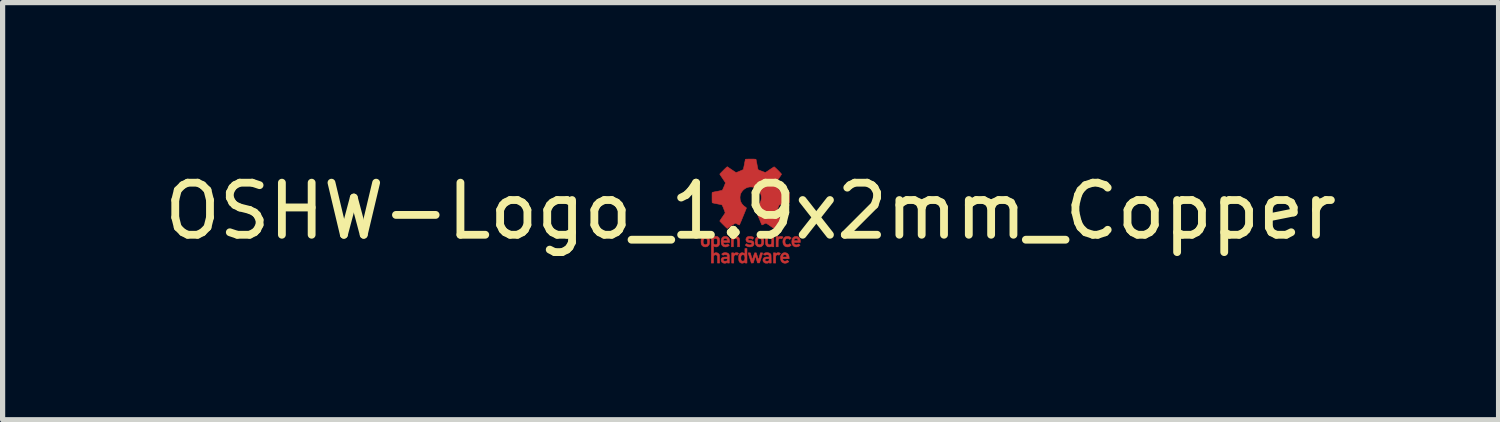
<source format=kicad_pcb>
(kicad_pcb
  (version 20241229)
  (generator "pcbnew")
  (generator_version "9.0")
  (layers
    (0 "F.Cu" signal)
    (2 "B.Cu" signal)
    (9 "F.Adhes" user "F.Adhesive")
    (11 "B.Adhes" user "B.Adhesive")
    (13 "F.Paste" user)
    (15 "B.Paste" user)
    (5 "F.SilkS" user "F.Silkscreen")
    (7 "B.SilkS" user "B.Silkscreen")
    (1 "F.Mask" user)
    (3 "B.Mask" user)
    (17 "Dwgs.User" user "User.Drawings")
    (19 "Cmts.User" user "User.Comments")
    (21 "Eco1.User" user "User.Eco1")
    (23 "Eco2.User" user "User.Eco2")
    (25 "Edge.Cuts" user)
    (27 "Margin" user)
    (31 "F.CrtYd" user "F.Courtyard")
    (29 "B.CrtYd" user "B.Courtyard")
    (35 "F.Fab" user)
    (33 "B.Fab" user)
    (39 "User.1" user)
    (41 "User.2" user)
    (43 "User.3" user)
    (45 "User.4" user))
  (footprint "OSHW-Logo_1.9x2mm_Copper"
    (layer "F.Cu")
    (at 11.363 1.003)
    (property "Reference" "OSHW-Logo_1.9x2mm_Copper" (at 0 0 0) (layer "F.SilkS") (effects (font (size 1 1) (thickness 0.15))))
    (attr exclude_from_pos_files exclude_from_bom)
    (fp_poly (pts (xy 0.53 0.509) (xy 0.538 0.502) (xy 0.551 0.492) (xy 0.565 0.488) (xy 0.58 0.486) (xy 0.592 0.487) (xy 0.604 0.49) (xy 0.615 0.494) (xy 0.622 0.498) (xy 0.624 0.501) (xy 0.622 0.504) (xy 0.616 0.511) (xy 0.61 0.519) (xy 0.601 0.528) (xy 0.596 0.532) (xy 0.591 0.532) (xy 0.586 0.53) (xy 0.57 0.526) (xy 0.555 0.529) (xy 0.542 0.537) (xy 0.536 0.546) (xy 0.533 0.553) (xy 0.532 0.561) (xy 0.531 0.574) (xy 0.53 0.591) (xy 0.53 0.614) (xy 0.53 0.622) (xy 0.53 0.686) (xy 0.49 0.686) (xy 0.49 0.486) (xy 0.53 0.486) (xy 0.53 0.509)) (stroke (width 0.01) (type solid)) (fill yes) (layer "F.Cu"))
    (fp_poly (pts (xy -0.259 0.8) (xy -0.247 0.803) (xy -0.237 0.808) (xy -0.231 0.812) (xy -0.232 0.816) (xy -0.237 0.824) (xy -0.243 0.832) (xy -0.258 0.849) (xy -0.269 0.843) (xy -0.284 0.84) (xy -0.298 0.842) (xy -0.311 0.851) (xy -0.314 0.854) (xy -0.316 0.858) (xy -0.318 0.863) (xy -0.32 0.87) (xy -0.321 0.88) (xy -0.322 0.894) (xy -0.322 0.913) (xy -0.322 0.931) (xy -0.323 0.998) (xy -0.363 0.998) (xy -0.363 0.802) (xy -0.343 0.802) (xy -0.332 0.802) (xy -0.326 0.804) (xy -0.323 0.807) (xy -0.323 0.812) (xy -0.323 0.818) (xy -0.32 0.819) (xy -0.317 0.816) (xy -0.304 0.807) (xy -0.288 0.801) (xy -0.272 0.799) (xy -0.27 0.799) (xy -0.259 0.8)) (stroke (width 0.01) (type solid)) (fill yes) (layer "F.Cu"))
    (fp_poly (pts (xy 0.543 0.8) (xy 0.556 0.803) (xy 0.566 0.808) (xy 0.571 0.812) (xy 0.57 0.817) (xy 0.565 0.825) (xy 0.56 0.832) (xy 0.552 0.841) (xy 0.546 0.845) (xy 0.542 0.846) (xy 0.537 0.844) (xy 0.527 0.84) (xy 0.52 0.839) (xy 0.508 0.841) (xy 0.497 0.847) (xy 0.488 0.854) (xy 0.486 0.856) (xy 0.485 0.862) (xy 0.484 0.875) (xy 0.483 0.892) (xy 0.483 0.913) (xy 0.483 0.931) (xy 0.483 0.998) (xy 0.439 0.998) (xy 0.439 0.802) (xy 0.461 0.802) (xy 0.473 0.802) (xy 0.48 0.804) (xy 0.482 0.806) (xy 0.483 0.809) (xy 0.483 0.813) (xy 0.485 0.814) (xy 0.491 0.812) (xy 0.5 0.807) (xy 0.513 0.802) (xy 0.527 0.799) (xy 0.531 0.799) (xy 0.543 0.8)) (stroke (width 0.01) (type solid)) (fill yes) (layer "F.Cu"))
    (fp_poly (pts (xy -0.33 0.509) (xy -0.322 0.502) (xy -0.309 0.492) (xy -0.296 0.488) (xy -0.28 0.486) (xy -0.257 0.489) (xy -0.24 0.497) (xy -0.226 0.51) (xy -0.217 0.524) (xy -0.215 0.53) (xy -0.213 0.537) (xy -0.212 0.546) (xy -0.211 0.559) (xy -0.211 0.575) (xy -0.211 0.597) (xy -0.211 0.612) (xy -0.211 0.686) (xy -0.25 0.686) (xy -0.25 0.624) (xy -0.251 0.597) (xy -0.252 0.577) (xy -0.253 0.561) (xy -0.256 0.55) (xy -0.26 0.541) (xy -0.265 0.535) (xy -0.269 0.532) (xy -0.281 0.527) (xy -0.296 0.527) (xy -0.309 0.531) (xy -0.312 0.532) (xy -0.318 0.538) (xy -0.323 0.545) (xy -0.326 0.554) (xy -0.328 0.567) (xy -0.33 0.585) (xy -0.33 0.608) (xy -0.33 0.624) (xy -0.33 0.686) (xy -0.37 0.686) (xy -0.37 0.486) (xy -0.33 0.486) (xy -0.33 0.509)) (stroke (width 0.01) (type solid)) (fill yes) (layer "F.Cu"))
    (fp_poly (pts (xy 0.327 0.546) (xy 0.327 0.572) (xy 0.327 0.592) (xy 0.328 0.607) (xy 0.33 0.618) (xy 0.332 0.625) (xy 0.336 0.631) (xy 0.34 0.637) (xy 0.34 0.637) (xy 0.351 0.644) (xy 0.365 0.647) (xy 0.379 0.645) (xy 0.391 0.64) (xy 0.392 0.639) (xy 0.397 0.633) (xy 0.401 0.626) (xy 0.403 0.618) (xy 0.405 0.606) (xy 0.406 0.59) (xy 0.406 0.568) (xy 0.407 0.55) (xy 0.407 0.486) (xy 0.446 0.486) (xy 0.446 0.686) (xy 0.426 0.686) (xy 0.415 0.686) (xy 0.409 0.685) (xy 0.407 0.681) (xy 0.407 0.677) (xy 0.407 0.668) (xy 0.393 0.677) (xy 0.374 0.686) (xy 0.354 0.688) (xy 0.334 0.685) (xy 0.328 0.683) (xy 0.31 0.671) (xy 0.297 0.655) (xy 0.292 0.645) (xy 0.29 0.639) (xy 0.289 0.63) (xy 0.288 0.618) (xy 0.287 0.601) (xy 0.287 0.579) (xy 0.287 0.559) (xy 0.287 0.486) (xy 0.327 0.486) (xy 0.327 0.546)) (stroke (width 0.01) (type solid)) (fill yes) (layer "F.Cu"))
    (fp_poly (pts (xy 0.724 0.487) (xy 0.74 0.491) (xy 0.742 0.492) (xy 0.752 0.497) (xy 0.763 0.503) (xy 0.772 0.51) (xy 0.779 0.516) (xy 0.78 0.519) (xy 0.778 0.523) (xy 0.771 0.529) (xy 0.766 0.533) (xy 0.752 0.545) (xy 0.738 0.535) (xy 0.728 0.529) (xy 0.718 0.527) (xy 0.706 0.527) (xy 0.705 0.527) (xy 0.688 0.531) (xy 0.676 0.538) (xy 0.667 0.552) (xy 0.666 0.554) (xy 0.662 0.569) (xy 0.661 0.588) (xy 0.663 0.607) (xy 0.666 0.621) (xy 0.675 0.634) (xy 0.687 0.642) (xy 0.704 0.646) (xy 0.711 0.646) (xy 0.724 0.645) (xy 0.734 0.641) (xy 0.74 0.636) (xy 0.752 0.627) (xy 0.765 0.639) (xy 0.773 0.647) (xy 0.779 0.652) (xy 0.78 0.653) (xy 0.779 0.656) (xy 0.773 0.662) (xy 0.768 0.666) (xy 0.747 0.68) (xy 0.724 0.687) (xy 0.699 0.688) (xy 0.683 0.685) (xy 0.66 0.676) (xy 0.643 0.66) (xy 0.63 0.64) (xy 0.622 0.615) (xy 0.62 0.586) (xy 0.623 0.556) (xy 0.631 0.532) (xy 0.644 0.512) (xy 0.662 0.497) (xy 0.67 0.493) (xy 0.685 0.489) (xy 0.704 0.487) (xy 0.724 0.487)) (stroke (width 0.01) (type solid)) (fill yes) (layer "F.Cu"))
    (fp_poly (pts (xy -0.844 0.49) (xy -0.824 0.498) (xy -0.807 0.512) (xy -0.795 0.531) (xy -0.791 0.542) (xy -0.789 0.554) (xy -0.788 0.571) (xy -0.788 0.59) (xy -0.789 0.609) (xy -0.791 0.626) (xy -0.794 0.639) (xy -0.796 0.644) (xy -0.806 0.659) (xy -0.819 0.672) (xy -0.832 0.681) (xy -0.846 0.686) (xy -0.865 0.688) (xy -0.883 0.687) (xy -0.896 0.684) (xy -0.913 0.676) (xy -0.929 0.663) (xy -0.941 0.647) (xy -0.943 0.644) (xy -0.946 0.634) (xy -0.949 0.619) (xy -0.95 0.6) (xy -0.95 0.597) (xy -0.911 0.597) (xy -0.907 0.618) (xy -0.899 0.633) (xy -0.887 0.642) (xy -0.871 0.646) (xy -0.87 0.646) (xy -0.857 0.645) (xy -0.847 0.64) (xy -0.841 0.635) (xy -0.829 0.625) (xy -0.829 0.589) (xy -0.83 0.571) (xy -0.83 0.559) (xy -0.832 0.551) (xy -0.835 0.545) (xy -0.837 0.542) (xy -0.849 0.532) (xy -0.864 0.527) (xy -0.881 0.528) (xy -0.894 0.535) (xy -0.904 0.547) (xy -0.909 0.564) (xy -0.91 0.571) (xy -0.911 0.597) (xy -0.95 0.597) (xy -0.951 0.581) (xy -0.95 0.563) (xy -0.948 0.548) (xy -0.948 0.545) (xy -0.939 0.523) (xy -0.925 0.506) (xy -0.906 0.494) (xy -0.883 0.488) (xy -0.868 0.486) (xy -0.844 0.49)) (stroke (width 0.01) (type solid)) (fill yes) (layer "F.Cu"))
    (fp_poly (pts (xy -0.069 0.998) (xy -0.089 0.998) (xy -0.1 0.998) (xy -0.106 0.997) (xy -0.109 0.994) (xy -0.109 0.989) (xy -0.109 0.982) (xy -0.112 0.982) (xy -0.115 0.984) (xy -0.134 0.996) (xy -0.154 1.001) (xy -0.176 1) (xy -0.191 0.994) (xy -0.208 0.983) (xy -0.219 0.968) (xy -0.225 0.951) (xy -0.227 0.936) (xy -0.228 0.917) (xy -0.228 0.895) (xy -0.228 0.894) (xy -0.187 0.894) (xy -0.187 0.912) (xy -0.185 0.929) (xy -0.181 0.943) (xy -0.177 0.95) (xy -0.167 0.958) (xy -0.153 0.961) (xy -0.138 0.959) (xy -0.126 0.954) (xy -0.121 0.949) (xy -0.115 0.938) (xy -0.111 0.921) (xy -0.109 0.902) (xy -0.11 0.883) (xy -0.114 0.865) (xy -0.12 0.852) (xy -0.122 0.85) (xy -0.128 0.844) (xy -0.136 0.841) (xy -0.147 0.84) (xy -0.148 0.84) (xy -0.163 0.842) (xy -0.173 0.847) (xy -0.18 0.857) (xy -0.185 0.872) (xy -0.186 0.878) (xy -0.187 0.894) (xy -0.228 0.894) (xy -0.228 0.874) (xy -0.226 0.857) (xy -0.225 0.85) (xy -0.217 0.83) (xy -0.205 0.815) (xy -0.189 0.805) (xy -0.17 0.8) (xy -0.15 0.8) (xy -0.131 0.807) (xy -0.123 0.811) (xy -0.109 0.82) (xy -0.109 0.719) (xy -0.069 0.719) (xy -0.069 0.998)) (stroke (width 0.01) (type solid)) (fill yes) (layer "F.Cu"))
    (fp_poly (pts (xy -0.457 0.49) (xy -0.44 0.498) (xy -0.424 0.512) (xy -0.412 0.53) (xy -0.406 0.553) (xy -0.404 0.572) (xy -0.402 0.603) (xy -0.464 0.603) (xy -0.487 0.603) (xy -0.503 0.603) (xy -0.514 0.603) (xy -0.521 0.604) (xy -0.525 0.605) (xy -0.526 0.607) (xy -0.526 0.61) (xy -0.523 0.623) (xy -0.515 0.636) (xy -0.504 0.645) (xy -0.504 0.645) (xy -0.489 0.649) (xy -0.472 0.648) (xy -0.455 0.644) (xy -0.447 0.639) (xy -0.436 0.631) (xy -0.422 0.644) (xy -0.408 0.657) (xy -0.42 0.668) (xy -0.437 0.679) (xy -0.458 0.686) (xy -0.481 0.689) (xy -0.503 0.686) (xy -0.525 0.678) (xy -0.542 0.666) (xy -0.554 0.648) (xy -0.562 0.626) (xy -0.565 0.597) (xy -0.566 0.596) (xy -0.565 0.564) (xy -0.564 0.562) (xy -0.526 0.562) (xy -0.526 0.566) (xy -0.524 0.568) (xy -0.519 0.569) (xy -0.509 0.57) (xy -0.495 0.57) (xy -0.486 0.57) (xy -0.446 0.57) (xy -0.446 0.559) (xy -0.45 0.547) (xy -0.458 0.535) (xy -0.469 0.527) (xy -0.477 0.524) (xy -0.492 0.525) (xy -0.507 0.53) (xy -0.518 0.54) (xy -0.525 0.554) (xy -0.526 0.562) (xy -0.564 0.562) (xy -0.56 0.538) (xy -0.549 0.517) (xy -0.535 0.501) (xy -0.52 0.493) (xy -0.5 0.487) (xy -0.478 0.487) (xy -0.457 0.49)) (stroke (width 0.01) (type solid)) (fill yes) (layer "F.Cu"))
    (fp_poly (pts (xy 0.176 0.487) (xy 0.192 0.488) (xy 0.203 0.491) (xy 0.212 0.495) (xy 0.218 0.499) (xy 0.233 0.512) (xy 0.244 0.528) (xy 0.25 0.547) (xy 0.253 0.572) (xy 0.253 0.573) (xy 0.254 0.593) (xy 0.252 0.612) (xy 0.251 0.626) (xy 0.243 0.647) (xy 0.229 0.665) (xy 0.212 0.678) (xy 0.191 0.687) (xy 0.169 0.689) (xy 0.148 0.686) (xy 0.126 0.676) (xy 0.109 0.66) (xy 0.097 0.64) (xy 0.095 0.636) (xy 0.093 0.624) (xy 0.091 0.607) (xy 0.091 0.588) (xy 0.091 0.577) (xy 0.131 0.577) (xy 0.131 0.602) (xy 0.134 0.62) (xy 0.14 0.633) (xy 0.15 0.641) (xy 0.164 0.645) (xy 0.174 0.646) (xy 0.186 0.645) (xy 0.195 0.64) (xy 0.199 0.636) (xy 0.206 0.627) (xy 0.21 0.615) (xy 0.212 0.605) (xy 0.213 0.58) (xy 0.211 0.559) (xy 0.204 0.543) (xy 0.193 0.532) (xy 0.192 0.531) (xy 0.175 0.526) (xy 0.159 0.528) (xy 0.144 0.537) (xy 0.139 0.543) (xy 0.135 0.548) (xy 0.133 0.555) (xy 0.132 0.567) (xy 0.131 0.577) (xy 0.091 0.577) (xy 0.091 0.569) (xy 0.093 0.552) (xy 0.095 0.538) (xy 0.096 0.534) (xy 0.108 0.515) (xy 0.126 0.499) (xy 0.136 0.493) (xy 0.146 0.489) (xy 0.156 0.487) (xy 0.171 0.487) (xy 0.176 0.487)) (stroke (width 0.01) (type solid)) (fill yes) (layer "F.Cu"))
    (fp_poly (pts (xy 0.888 0.487) (xy 0.907 0.492) (xy 0.923 0.502) (xy 0.931 0.51) (xy 0.943 0.524) (xy 0.95 0.541) (xy 0.954 0.561) (xy 0.955 0.578) (xy 0.955 0.603) (xy 0.893 0.603) (xy 0.869 0.603) (xy 0.852 0.603) (xy 0.841 0.604) (xy 0.834 0.606) (xy 0.831 0.609) (xy 0.832 0.614) (xy 0.835 0.621) (xy 0.837 0.626) (xy 0.846 0.638) (xy 0.86 0.646) (xy 0.876 0.649) (xy 0.893 0.648) (xy 0.909 0.641) (xy 0.911 0.639) (xy 0.922 0.631) (xy 0.951 0.655) (xy 0.943 0.664) (xy 0.928 0.675) (xy 0.909 0.683) (xy 0.887 0.688) (xy 0.866 0.688) (xy 0.855 0.686) (xy 0.832 0.677) (xy 0.815 0.663) (xy 0.802 0.644) (xy 0.794 0.62) (xy 0.792 0.591) (xy 0.792 0.577) (xy 0.794 0.562) (xy 0.831 0.562) (xy 0.833 0.566) (xy 0.839 0.569) (xy 0.851 0.57) (xy 0.869 0.57) (xy 0.873 0.57) (xy 0.891 0.57) (xy 0.905 0.569) (xy 0.913 0.567) (xy 0.915 0.566) (xy 0.913 0.561) (xy 0.91 0.552) (xy 0.909 0.548) (xy 0.901 0.536) (xy 0.889 0.527) (xy 0.875 0.523) (xy 0.873 0.523) (xy 0.859 0.526) (xy 0.846 0.534) (xy 0.837 0.545) (xy 0.833 0.555) (xy 0.831 0.562) (xy 0.794 0.562) (xy 0.796 0.549) (xy 0.804 0.525) (xy 0.817 0.507) (xy 0.835 0.495) (xy 0.857 0.488) (xy 0.866 0.487) (xy 0.888 0.487)) (stroke (width 0.01) (type solid)) (fill yes) (layer "F.Cu"))
    (fp_poly (pts (xy 0.68 0.802) (xy 0.682 0.802) (xy 0.702 0.811) (xy 0.719 0.826) (xy 0.731 0.846) (xy 0.738 0.871) (xy 0.74 0.886) (xy 0.741 0.915) (xy 0.617 0.915) (xy 0.617 0.926) (xy 0.62 0.937) (xy 0.628 0.948) (xy 0.629 0.95) (xy 0.638 0.957) (xy 0.645 0.961) (xy 0.655 0.962) (xy 0.662 0.962) (xy 0.677 0.961) (xy 0.689 0.956) (xy 0.694 0.953) (xy 0.706 0.945) (xy 0.735 0.969) (xy 0.728 0.977) (xy 0.714 0.987) (xy 0.696 0.996) (xy 0.676 1.001) (xy 0.662 1.002) (xy 0.645 1.001) (xy 0.631 0.996) (xy 0.62 0.992) (xy 0.602 0.979) (xy 0.588 0.961) (xy 0.58 0.939) (xy 0.577 0.924) (xy 0.575 0.895) (xy 0.577 0.875) (xy 0.617 0.875) (xy 0.617 0.878) (xy 0.62 0.88) (xy 0.625 0.881) (xy 0.634 0.882) (xy 0.649 0.882) (xy 0.657 0.882) (xy 0.674 0.882) (xy 0.686 0.882) (xy 0.693 0.881) (xy 0.696 0.879) (xy 0.697 0.876) (xy 0.697 0.875) (xy 0.695 0.864) (xy 0.689 0.852) (xy 0.681 0.844) (xy 0.679 0.842) (xy 0.671 0.84) (xy 0.66 0.838) (xy 0.657 0.838) (xy 0.646 0.839) (xy 0.636 0.842) (xy 0.635 0.842) (xy 0.627 0.849) (xy 0.621 0.86) (xy 0.617 0.872) (xy 0.617 0.875) (xy 0.577 0.875) (xy 0.578 0.868) (xy 0.586 0.845) (xy 0.598 0.826) (xy 0.615 0.811) (xy 0.634 0.802) (xy 0.656 0.799) (xy 0.68 0.802)) (stroke (width 0.01) (type solid)) (fill yes) (layer "F.Cu"))
    (fp_poly (pts (xy 0.129 0.867) (xy 0.136 0.888) (xy 0.142 0.906) (xy 0.147 0.92) (xy 0.151 0.929) (xy 0.153 0.933) (xy 0.153 0.933) (xy 0.154 0.929) (xy 0.157 0.92) (xy 0.162 0.906) (xy 0.167 0.888) (xy 0.172 0.868) (xy 0.172 0.867) (xy 0.19 0.802) (xy 0.211 0.802) (xy 0.222 0.803) (xy 0.23 0.804) (xy 0.232 0.805) (xy 0.231 0.809) (xy 0.228 0.819) (xy 0.223 0.834) (xy 0.217 0.853) (xy 0.21 0.876) (xy 0.202 0.901) (xy 0.202 0.902) (xy 0.172 0.996) (xy 0.133 0.996) (xy 0.114 0.931) (xy 0.108 0.911) (xy 0.102 0.893) (xy 0.098 0.878) (xy 0.095 0.869) (xy 0.093 0.865) (xy 0.093 0.865) (xy 0.092 0.868) (xy 0.089 0.877) (xy 0.084 0.891) (xy 0.079 0.908) (xy 0.073 0.929) (xy 0.072 0.93) (xy 0.053 0.996) (xy 0.034 0.997) (xy 0.015 0.999) (xy -0.011 0.918) (xy -0.018 0.894) (xy -0.026 0.871) (xy -0.032 0.851) (xy -0.037 0.835) (xy -0.041 0.824) (xy -0.042 0.821) (xy -0.045 0.811) (xy -0.047 0.804) (xy -0.047 0.803) (xy -0.044 0.803) (xy -0.035 0.802) (xy -0.025 0.802) (xy -0.014 0.802) (xy -0.006 0.803) (xy -0.004 0.804) (xy -0.003 0.808) (xy -0.000266 0.817) (xy 0.003 0.831) (xy 0.008 0.848) (xy 0.013 0.866) (xy 0.018 0.885) (xy 0.023 0.902) (xy 0.027 0.916) (xy 0.03 0.927) (xy 0.031 0.933) (xy 0.031 0.933) (xy 0.033 0.931) (xy 0.036 0.924) (xy 0.041 0.911) (xy 0.047 0.894) (xy 0.054 0.874) (xy 0.055 0.87) (xy 0.078 0.802) (xy 0.109 0.802) (xy 0.129 0.867)) (stroke (width 0.01) (type solid)) (fill yes) (layer "F.Cu"))
    (fp_poly (pts (xy -0.017 0.487) (xy -0.009 0.487) (xy 0.011 0.489) (xy 0.026 0.491) (xy 0.037 0.496) (xy 0.038 0.496) (xy 0.051 0.503) (xy 0.057 0.509) (xy 0.058 0.515) (xy 0.053 0.523) (xy 0.05 0.528) (xy 0.038 0.542) (xy 0.023 0.534) (xy 0.008 0.528) (xy -0.009 0.524) (xy -0.024 0.524) (xy -0.036 0.527) (xy -0.036 0.527) (xy -0.045 0.535) (xy -0.048 0.545) (xy -0.045 0.555) (xy -0.044 0.556) (xy -0.04 0.56) (xy -0.033 0.562) (xy -0.023 0.564) (xy -0.008 0.566) (xy -0.005 0.566) (xy 0.019 0.569) (xy 0.038 0.575) (xy 0.051 0.583) (xy 0.059 0.595) (xy 0.065 0.61) (xy 0.065 0.614) (xy 0.066 0.635) (xy 0.06 0.653) (xy 0.048 0.669) (xy 0.03 0.68) (xy 0.029 0.68) (xy 0.009 0.686) (xy -0.013 0.688) (xy -0.034 0.687) (xy -0.048 0.685) (xy -0.058 0.681) (xy -0.07 0.675) (xy -0.082 0.669) (xy -0.092 0.662) (xy -0.1 0.657) (xy -0.102 0.654) (xy -0.099 0.65) (xy -0.093 0.643) (xy -0.088 0.638) (xy -0.079 0.63) (xy -0.075 0.627) (xy -0.071 0.628) (xy -0.069 0.63) (xy -0.058 0.639) (xy -0.043 0.645) (xy -0.027 0.649) (xy -0.01 0.649) (xy 0.006 0.647) (xy 0.018 0.642) (xy 0.023 0.637) (xy 0.025 0.628) (xy 0.023 0.618) (xy 0.02 0.613) (xy 0.014 0.611) (xy 0.003 0.608) (xy -0.012 0.605) (xy -0.021 0.604) (xy -0.041 0.601) (xy -0.056 0.597) (xy -0.067 0.591) (xy -0.076 0.583) (xy -0.081 0.576) (xy -0.088 0.561) (xy -0.09 0.543) (xy -0.086 0.526) (xy -0.077 0.51) (xy -0.063 0.497) (xy -0.058 0.494) (xy -0.049 0.49) (xy -0.041 0.488) (xy -0.031 0.487) (xy -0.017 0.487)) (stroke (width 0.01) (type solid)) (fill yes) (layer "F.Cu"))
    (fp_poly (pts (xy 0.325 0.799) (xy 0.351 0.803) (xy 0.371 0.812) (xy 0.386 0.825) (xy 0.386 0.825) (xy 0.389 0.829) (xy 0.391 0.833) (xy 0.392 0.84) (xy 0.393 0.848) (xy 0.394 0.861) (xy 0.394 0.878) (xy 0.395 0.901) (xy 0.395 0.917) (xy 0.396 0.998) (xy 0.376 0.998) (xy 0.364 0.998) (xy 0.358 0.997) (xy 0.356 0.994) (xy 0.356 0.991) (xy 0.355 0.985) (xy 0.353 0.986) (xy 0.35 0.989) (xy 0.341 0.995) (xy 0.335 0.998) (xy 0.325 1.001) (xy 0.31 1.001) (xy 0.295 1.001) (xy 0.282 0.999) (xy 0.279 0.998) (xy 0.261 0.989) (xy 0.248 0.975) (xy 0.239 0.958) (xy 0.237 0.941) (xy 0.276 0.941) (xy 0.278 0.951) (xy 0.286 0.957) (xy 0.3 0.961) (xy 0.317 0.962) (xy 0.331 0.961) (xy 0.34 0.96) (xy 0.347 0.956) (xy 0.348 0.955) (xy 0.354 0.945) (xy 0.356 0.932) (xy 0.356 0.931) (xy 0.356 0.915) (xy 0.329 0.915) (xy 0.307 0.916) (xy 0.292 0.918) (xy 0.282 0.924) (xy 0.277 0.932) (xy 0.276 0.941) (xy 0.237 0.941) (xy 0.237 0.938) (xy 0.237 0.934) (xy 0.242 0.916) (xy 0.251 0.902) (xy 0.267 0.891) (xy 0.269 0.89) (xy 0.278 0.886) (xy 0.287 0.884) (xy 0.299 0.882) (xy 0.316 0.882) (xy 0.32 0.882) (xy 0.356 0.882) (xy 0.356 0.866) (xy 0.354 0.853) (xy 0.349 0.845) (xy 0.34 0.841) (xy 0.324 0.839) (xy 0.316 0.838) (xy 0.3 0.839) (xy 0.29 0.842) (xy 0.286 0.844) (xy 0.28 0.848) (xy 0.273 0.847) (xy 0.264 0.842) (xy 0.254 0.834) (xy 0.245 0.827) (xy 0.258 0.816) (xy 0.273 0.806) (xy 0.292 0.8) (xy 0.315 0.799) (xy 0.325 0.799)) (stroke (width 0.01) (type solid)) (fill yes) (layer "F.Cu"))
    (fp_poly (pts (xy -0.477 0.799) (xy -0.452 0.803) (xy -0.433 0.811) (xy -0.42 0.822) (xy -0.414 0.832) (xy -0.411 0.838) (xy -0.409 0.845) (xy -0.408 0.854) (xy -0.407 0.865) (xy -0.407 0.881) (xy -0.407 0.903) (xy -0.407 0.923) (xy -0.407 0.998) (xy -0.426 0.998) (xy -0.438 0.998) (xy -0.444 0.997) (xy -0.446 0.994) (xy -0.446 0.99) (xy -0.447 0.985) (xy -0.449 0.985) (xy -0.454 0.989) (xy -0.456 0.991) (xy -0.467 0.997) (xy -0.483 1.001) (xy -0.5 1.002) (xy -0.518 0.999) (xy -0.533 0.994) (xy -0.549 0.983) (xy -0.56 0.968) (xy -0.565 0.949) (xy -0.565 0.944) (xy -0.566 0.932) (xy -0.527 0.932) (xy -0.526 0.945) (xy -0.521 0.954) (xy -0.511 0.959) (xy -0.495 0.962) (xy -0.487 0.962) (xy -0.471 0.961) (xy -0.46 0.959) (xy -0.456 0.957) (xy -0.45 0.949) (xy -0.447 0.934) (xy -0.447 0.933) (xy -0.446 0.915) (xy -0.473 0.915) (xy -0.494 0.916) (xy -0.51 0.919) (xy -0.521 0.924) (xy -0.527 0.93) (xy -0.527 0.932) (xy -0.566 0.932) (xy -0.566 0.931) (xy -0.564 0.921) (xy -0.559 0.912) (xy -0.558 0.911) (xy -0.55 0.9) (xy -0.542 0.893) (xy -0.532 0.888) (xy -0.519 0.885) (xy -0.502 0.883) (xy -0.488 0.883) (xy -0.446 0.881) (xy -0.446 0.867) (xy -0.448 0.854) (xy -0.454 0.845) (xy -0.464 0.84) (xy -0.48 0.839) (xy -0.486 0.838) (xy -0.504 0.84) (xy -0.516 0.843) (xy -0.518 0.844) (xy -0.523 0.847) (xy -0.528 0.848) (xy -0.534 0.845) (xy -0.542 0.839) (xy -0.55 0.833) (xy -0.554 0.829) (xy -0.554 0.826) (xy -0.55 0.821) (xy -0.545 0.817) (xy -0.529 0.806) (xy -0.508 0.8) (xy -0.482 0.799) (xy -0.477 0.799)) (stroke (width 0.01) (type solid)) (fill yes) (layer "F.Cu"))
    (fp_poly (pts (xy -0.641 0.488) (xy -0.63 0.493) (xy -0.618 0.503) (xy -0.607 0.514) (xy -0.6 0.525) (xy -0.598 0.535) (xy -0.596 0.552) (xy -0.595 0.575) (xy -0.595 0.587) (xy -0.596 0.609) (xy -0.596 0.624) (xy -0.597 0.636) (xy -0.599 0.645) (xy -0.602 0.652) (xy -0.613 0.668) (xy -0.629 0.68) (xy -0.647 0.687) (xy -0.666 0.688) (xy -0.686 0.684) (xy -0.702 0.675) (xy -0.711 0.667) (xy -0.711 0.816) (xy -0.695 0.807) (xy -0.674 0.8) (xy -0.653 0.8) (xy -0.633 0.805) (xy -0.615 0.817) (xy -0.608 0.826) (xy -0.597 0.84) (xy -0.595 0.998) (xy -0.635 0.998) (xy -0.636 0.929) (xy -0.636 0.905) (xy -0.637 0.888) (xy -0.637 0.875) (xy -0.638 0.866) (xy -0.64 0.86) (xy -0.642 0.856) (xy -0.645 0.853) (xy -0.646 0.851) (xy -0.655 0.844) (xy -0.666 0.84) (xy -0.68 0.84) (xy -0.693 0.845) (xy -0.704 0.853) (xy -0.707 0.859) (xy -0.709 0.866) (xy -0.71 0.88) (xy -0.711 0.901) (xy -0.711 0.926) (xy -0.711 0.933) (xy -0.711 0.998) (xy -0.755 0.998) (xy -0.753 0.582) (xy -0.711 0.582) (xy -0.711 0.593) (xy -0.71 0.61) (xy -0.709 0.621) (xy -0.707 0.628) (xy -0.703 0.634) (xy -0.701 0.637) (xy -0.693 0.643) (xy -0.682 0.646) (xy -0.676 0.646) (xy -0.664 0.645) (xy -0.655 0.643) (xy -0.653 0.642) (xy -0.644 0.634) (xy -0.638 0.619) (xy -0.636 0.598) (xy -0.635 0.586) (xy -0.636 0.563) (xy -0.641 0.546) (xy -0.648 0.535) (xy -0.659 0.528) (xy -0.674 0.526) (xy -0.674 0.526) (xy -0.688 0.528) (xy -0.699 0.534) (xy -0.706 0.545) (xy -0.71 0.56) (xy -0.711 0.582) (xy -0.753 0.582) (xy -0.753 0.488) (xy -0.732 0.487) (xy -0.721 0.487) (xy -0.714 0.487) (xy -0.712 0.49) (xy -0.711 0.495) (xy -0.711 0.496) (xy -0.711 0.505) (xy -0.7 0.497) (xy -0.688 0.491) (xy -0.671 0.487) (xy -0.655 0.486) (xy -0.641 0.488)) (stroke (width 0.01) (type solid)) (fill yes) (layer "F.Cu"))
    (fp_poly (pts (xy 0.017 -0.998) (xy 0.04 -0.998) (xy 0.061 -0.998) (xy 0.079 -0.997) (xy 0.093 -0.996) (xy 0.101 -0.995) (xy 0.103 -0.995) (xy 0.105 -0.99) (xy 0.107 -0.98) (xy 0.11 -0.964) (xy 0.114 -0.944) (xy 0.119 -0.921) (xy 0.123 -0.895) (xy 0.124 -0.894) (xy 0.128 -0.869) (xy 0.133 -0.845) (xy 0.137 -0.826) (xy 0.14 -0.81) (xy 0.142 -0.8) (xy 0.143 -0.796) (xy 0.143 -0.796) (xy 0.148 -0.793) (xy 0.158 -0.788) (xy 0.173 -0.782) (xy 0.19 -0.775) (xy 0.209 -0.768) (xy 0.228 -0.761) (xy 0.246 -0.754) (xy 0.262 -0.748) (xy 0.275 -0.744) (xy 0.283 -0.742) (xy 0.285 -0.741) (xy 0.29 -0.744) (xy 0.3 -0.75) (xy 0.314 -0.759) (xy 0.331 -0.77) (xy 0.351 -0.784) (xy 0.369 -0.796) (xy 0.391 -0.811) (xy 0.41 -0.823) (xy 0.427 -0.834) (xy 0.44 -0.843) (xy 0.449 -0.848) (xy 0.453 -0.849) (xy 0.457 -0.847) (xy 0.466 -0.84) (xy 0.478 -0.829) (xy 0.492 -0.816) (xy 0.508 -0.801) (xy 0.524 -0.785) (xy 0.541 -0.768) (xy 0.556 -0.752) (xy 0.57 -0.737) (xy 0.582 -0.724) (xy 0.59 -0.714) (xy 0.594 -0.708) (xy 0.594 -0.707) (xy 0.592 -0.702) (xy 0.586 -0.693) (xy 0.576 -0.679) (xy 0.565 -0.662) (xy 0.552 -0.642) (xy 0.539 -0.624) (xy 0.525 -0.603) (xy 0.512 -0.584) (xy 0.501 -0.567) (xy 0.493 -0.554) (xy 0.488 -0.545) (xy 0.486 -0.541) (xy 0.488 -0.536) (xy 0.492 -0.525) (xy 0.497 -0.511) (xy 0.504 -0.494) (xy 0.512 -0.475) (xy 0.52 -0.456) (xy 0.528 -0.437) (xy 0.535 -0.422) (xy 0.541 -0.409) (xy 0.545 -0.402) (xy 0.546 -0.401) (xy 0.55 -0.399) (xy 0.561 -0.396) (xy 0.577 -0.392) (xy 0.597 -0.388) (xy 0.62 -0.384) (xy 0.642 -0.379) (xy 0.668 -0.375) (xy 0.69 -0.37) (xy 0.71 -0.366) (xy 0.726 -0.363) (xy 0.736 -0.36) (xy 0.739 -0.359) (xy 0.741 -0.356) (xy 0.742 -0.349) (xy 0.743 -0.338) (xy 0.744 -0.321) (xy 0.744 -0.299) (xy 0.744 -0.271) (xy 0.744 -0.26) (xy 0.744 -0.234) (xy 0.744 -0.211) (xy 0.743 -0.191) (xy 0.742 -0.175) (xy 0.742 -0.164) (xy 0.741 -0.16) (xy 0.737 -0.158) (xy 0.726 -0.156) (xy 0.711 -0.152) (xy 0.692 -0.148) (xy 0.671 -0.143) (xy 0.648 -0.138) (xy 0.624 -0.134) (xy 0.601 -0.13) (xy 0.58 -0.126) (xy 0.573 -0.125) (xy 0.561 -0.122) (xy 0.553 -0.118) (xy 0.551 -0.117) (xy 0.547 -0.111) (xy 0.542 -0.1) (xy 0.536 -0.085) (xy 0.528 -0.067) (xy 0.52 -0.047) (xy 0.513 -0.028) (xy 0.506 -0.008) (xy 0.499 0.009) (xy 0.495 0.022) (xy 0.492 0.032) (xy 0.492 0.035) (xy 0.494 0.04) (xy 0.5 0.049) (xy 0.509 0.063) (xy 0.521 0.08) (xy 0.534 0.099) (xy 0.544 0.115) (xy 0.558 0.135) (xy 0.571 0.154) (xy 0.582 0.169) (xy 0.589 0.181) (xy 0.594 0.189) (xy 0.595 0.191) (xy 0.593 0.195) (xy 0.586 0.202) (xy 0.575 0.213) (xy 0.562 0.227) (xy 0.547 0.242) (xy 0.531 0.259) (xy 0.514 0.275) (xy 0.498 0.291) (xy 0.483 0.306) (xy 0.47 0.318) (xy 0.46 0.327) (xy 0.454 0.333) (xy 0.452 0.334) (xy 0.449 0.332) (xy 0.44 0.326) (xy 0.427 0.318) (xy 0.41 0.307) (xy 0.391 0.294) (xy 0.375 0.283) (xy 0.355 0.269) (xy 0.336 0.257) (xy 0.319 0.246) (xy 0.307 0.238) (xy 0.298 0.233) (xy 0.295 0.232) (xy 0.29 0.234) (xy 0.28 0.238) (xy 0.266 0.245) (xy 0.255 0.251) (xy 0.24 0.258) (xy 0.228 0.264) (xy 0.22 0.266) (xy 0.218 0.266) (xy 0.215 0.262) (xy 0.211 0.252) (xy 0.204 0.237) (xy 0.196 0.218) (xy 0.186 0.195) (xy 0.176 0.169) (xy 0.164 0.142) (xy 0.152 0.113) (xy 0.14 0.084) (xy 0.129 0.056) (xy 0.118 0.029) (xy 0.108 0.004) (xy 0.099 -0.017) (xy 0.092 -0.035) (xy 0.087 -0.049) (xy 0.084 -0.057) (xy 0.084 -0.059) (xy 0.086 -0.063) (xy 0.094 -0.07) (xy 0.105 -0.079) (xy 0.107 -0.08) (xy 0.139 -0.105) (xy 0.165 -0.133) (xy 0.185 -0.165) (xy 0.199 -0.2) (xy 0.206 -0.238) (xy 0.207 -0.258) (xy 0.204 -0.294) (xy 0.196 -0.328) (xy 0.181 -0.358) (xy 0.16 -0.388) (xy 0.145 -0.403) (xy 0.116 -0.428) (xy 0.084 -0.447) (xy 0.05 -0.459) (xy 0.015 -0.464) (xy -0.02 -0.463) (xy -0.055 -0.456) (xy -0.088 -0.442) (xy -0.12 -0.422) (xy -0.142 -0.403) (xy -0.167 -0.374) (xy -0.185 -0.344) (xy -0.197 -0.313) (xy -0.202 -0.278) (xy -0.203 -0.258) (xy -0.2 -0.219) (xy -0.19 -0.183) (xy -0.173 -0.149) (xy -0.15 -0.119) (xy -0.121 -0.092) (xy -0.103 -0.08) (xy -0.092 -0.072) (xy -0.084 -0.064) (xy -0.08 -0.059) (xy -0.08 -0.059) (xy -0.081 -0.054) (xy -0.085 -0.044) (xy -0.091 -0.028) (xy -0.099 -0.009) (xy -0.108 0.014) (xy -0.119 0.04) (xy -0.13 0.068) (xy -0.142 0.096) (xy -0.154 0.125) (xy -0.165 0.153) (xy -0.176 0.18) (xy -0.187 0.205) (xy -0.196 0.226) (xy -0.204 0.244) (xy -0.209 0.257) (xy -0.213 0.265) (xy -0.214 0.266) (xy -0.218 0.266) (xy -0.227 0.262) (xy -0.24 0.257) (xy -0.251 0.251) (xy -0.266 0.243) (xy -0.279 0.237) (xy -0.288 0.233) (xy -0.291 0.232) (xy -0.296 0.234) (xy -0.305 0.24) (xy -0.319 0.248) (xy -0.336 0.26) (xy -0.356 0.272) (xy -0.371 0.283) (xy -0.392 0.297) (xy -0.411 0.31) (xy -0.426 0.32) (xy -0.439 0.328) (xy -0.446 0.333) (xy -0.449 0.334) (xy -0.452 0.331) (xy -0.46 0.324) (xy -0.471 0.314) (xy -0.486 0.3) (xy -0.502 0.283) (xy -0.521 0.265) (xy -0.522 0.264) (xy -0.54 0.246) (xy -0.557 0.229) (xy -0.571 0.214) (xy -0.582 0.203) (xy -0.589 0.195) (xy -0.592 0.191) (xy -0.592 0.191) (xy -0.59 0.188) (xy -0.584 0.179) (xy -0.576 0.166) (xy -0.564 0.149) (xy -0.552 0.13) (xy -0.541 0.115) (xy -0.527 0.094) (xy -0.514 0.075) (xy -0.503 0.059) (xy -0.495 0.046) (xy -0.49 0.038) (xy -0.488 0.035) (xy -0.489 0.03) (xy -0.492 0.02) (xy -0.497 0.006) (xy -0.503 -0.012) (xy -0.511 -0.031) (xy -0.518 -0.051) (xy -0.526 -0.071) (xy -0.534 -0.088) (xy -0.54 -0.102) (xy -0.545 -0.112) (xy -0.548 -0.117) (xy -0.554 -0.119) (xy -0.566 -0.123) (xy -0.586 -0.128) (xy -0.613 -0.133) (xy -0.644 -0.139) (xy -0.672 -0.144) (xy -0.696 -0.149) (xy -0.715 -0.154) (xy -0.729 -0.157) (xy -0.736 -0.16) (xy -0.737 -0.16) (xy -0.738 -0.165) (xy -0.739 -0.176) (xy -0.739 -0.192) (xy -0.74 -0.213) (xy -0.74 -0.237) (xy -0.74 -0.26) (xy -0.74 -0.291) (xy -0.74 -0.315) (xy -0.74 -0.333) (xy -0.739 -0.346) (xy -0.738 -0.354) (xy -0.736 -0.358) (xy -0.736 -0.359) (xy -0.731 -0.36) (xy -0.72 -0.363) (xy -0.704 -0.366) (xy -0.684 -0.371) (xy -0.661 -0.375) (xy -0.639 -0.379) (xy -0.614 -0.384) (xy -0.591 -0.389) (xy -0.571 -0.393) (xy -0.556 -0.396) (xy -0.546 -0.399) (xy -0.542 -0.401) (xy -0.539 -0.405) (xy -0.535 -0.416) (xy -0.528 -0.43) (xy -0.52 -0.447) (xy -0.512 -0.466) (xy -0.504 -0.485) (xy -0.497 -0.503) (xy -0.49 -0.519) (xy -0.486 -0.532) (xy -0.483 -0.54) (xy -0.483 -0.541) (xy -0.485 -0.546) (xy -0.49 -0.555) (xy -0.499 -0.569) (xy -0.51 -0.586) (xy -0.523 -0.606) (xy -0.537 -0.626) (xy -0.552 -0.648) (xy -0.565 -0.667) (xy -0.576 -0.684) (xy -0.584 -0.697) (xy -0.59 -0.706) (xy -0.592 -0.71) (xy -0.589 -0.713) (xy -0.582 -0.721) (xy -0.571 -0.733) (xy -0.557 -0.747) (xy -0.541 -0.764) (xy -0.522 -0.782) (xy -0.521 -0.784) (xy -0.498 -0.807) (xy -0.479 -0.825) (xy -0.464 -0.838) (xy -0.454 -0.847) (xy -0.448 -0.851) (xy -0.446 -0.851) (xy -0.442 -0.848) (xy -0.432 -0.842) (xy -0.419 -0.833) (xy -0.402 -0.821) (xy -0.382 -0.807) (xy -0.362 -0.794) (xy -0.341 -0.78) (xy -0.322 -0.767) (xy -0.305 -0.756) (xy -0.291 -0.747) (xy -0.282 -0.742) (xy -0.278 -0.74) (xy -0.272 -0.742) (xy -0.261 -0.746) (xy -0.246 -0.751) (xy -0.229 -0.758) (xy -0.21 -0.766) (xy -0.191 -0.774) (xy -0.174 -0.781) (xy -0.159 -0.788) (xy -0.148 -0.793) (xy -0.142 -0.796) (xy -0.142 -0.796) (xy -0.14 -0.801) (xy -0.137 -0.812) (xy -0.133 -0.829) (xy -0.129 -0.849) (xy -0.124 -0.873) (xy -0.119 -0.896) (xy -0.115 -0.922) (xy -0.11 -0.945) (xy -0.106 -0.965) (xy -0.103 -0.98) (xy -0.101 -0.991) (xy -0.1 -0.995) (xy -0.096 -0.996) (xy -0.085 -0.997) (xy -0.07 -0.997) (xy -0.051 -0.998) (xy -0.029 -0.998) (xy -0.006 -0.998) (xy 0.017 -0.998)) (stroke (width 0.01) (type solid)) (fill yes) (layer "F.Cu")))
  (gr_rect
    (start -3 -3)
    (end 25.726 5.01)
    (stroke (width 0.1) (type default))
    (fill no)
    (layer "Edge.Cuts")))
</source>
